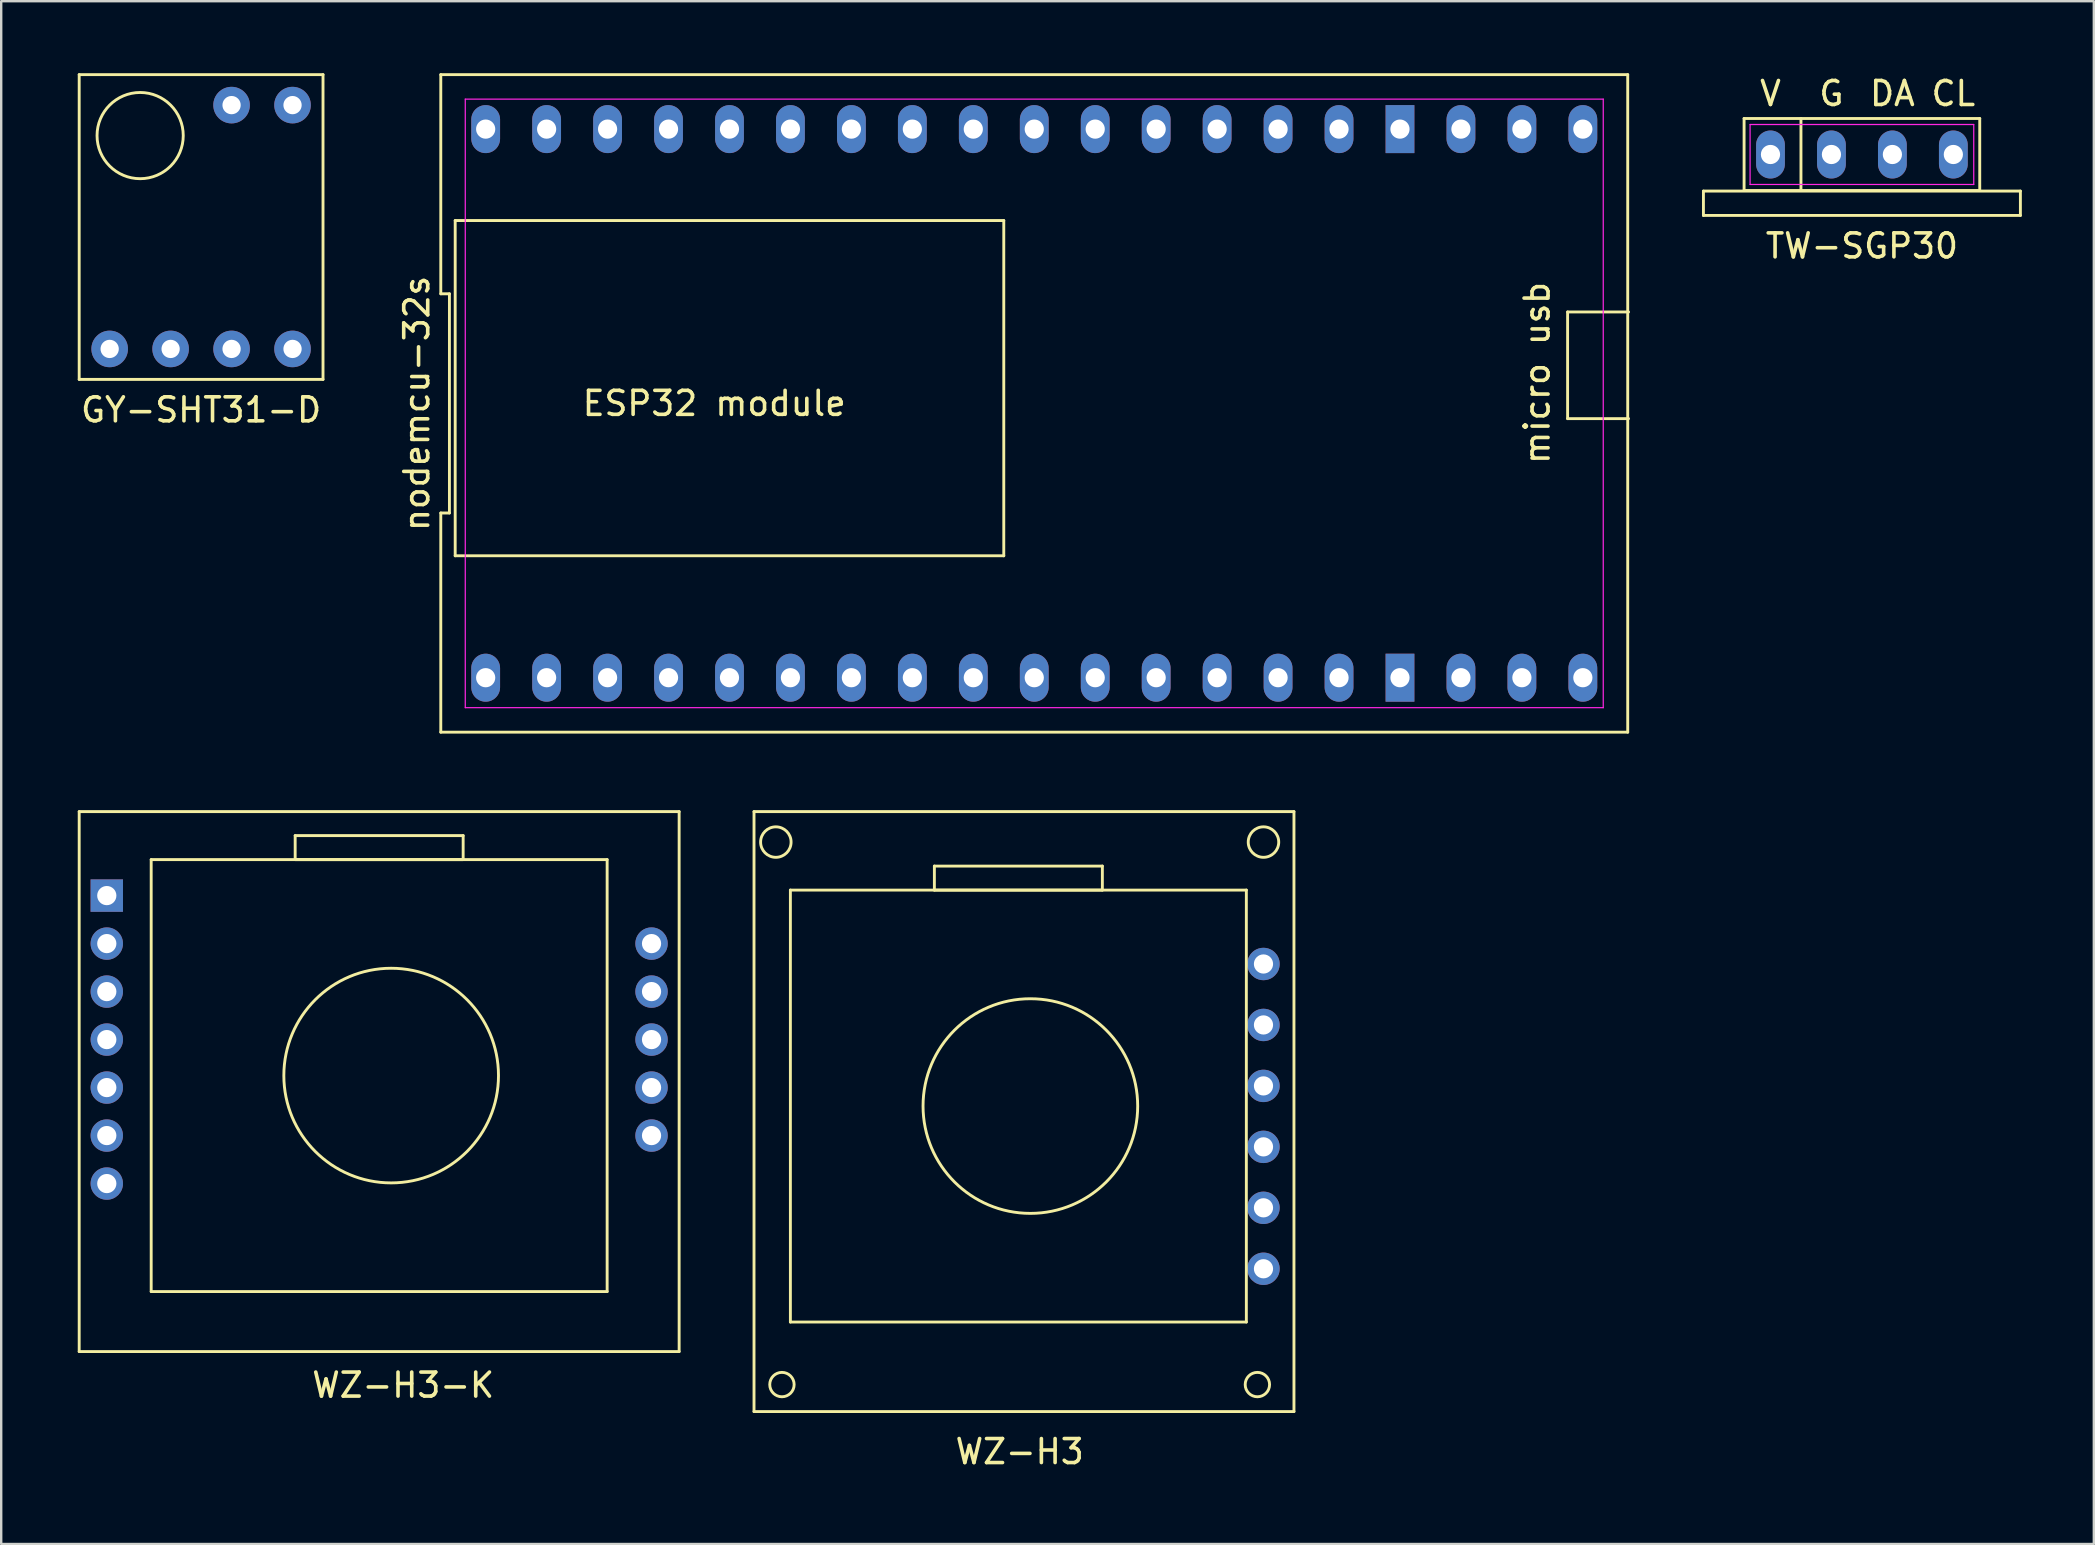
<source format=kicad_pcb>
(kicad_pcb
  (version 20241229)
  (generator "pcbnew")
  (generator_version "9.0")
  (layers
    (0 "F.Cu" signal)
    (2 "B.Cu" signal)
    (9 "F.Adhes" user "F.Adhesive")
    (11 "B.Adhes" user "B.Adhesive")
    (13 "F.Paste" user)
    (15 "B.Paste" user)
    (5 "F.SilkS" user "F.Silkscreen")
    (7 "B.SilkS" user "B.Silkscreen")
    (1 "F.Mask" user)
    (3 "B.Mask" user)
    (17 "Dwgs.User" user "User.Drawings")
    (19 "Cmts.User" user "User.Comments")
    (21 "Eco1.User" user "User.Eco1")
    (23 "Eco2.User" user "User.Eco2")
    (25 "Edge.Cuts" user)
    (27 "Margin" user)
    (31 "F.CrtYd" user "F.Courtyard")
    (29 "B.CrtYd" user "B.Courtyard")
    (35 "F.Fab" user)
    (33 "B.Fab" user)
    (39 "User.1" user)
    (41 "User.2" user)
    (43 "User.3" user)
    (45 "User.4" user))
  (footprint "nodemcu-32s"
    (layer "F.Cu")
    (at 40.048 13.76)
    (property "Reference" "nodemcu-32s" (at -25.73 0 90) (layer "F.SilkS") (effects (font (size 1 1) (thickness 0.15))))
    (attr through_hole)
    (fp_line (start -24.73 -13.7) (end -24.73 -4.567) (stroke (width 0.12) (type solid)) (layer "F.SilkS"))
    (fp_line (start -24.73 -4.567) (end -24.37 -4.567) (stroke (width 0.12) (type solid)) (layer "F.SilkS"))
    (fp_line (start -24.73 4.567) (end -24.73 13.7) (stroke (width 0.12) (type solid)) (layer "F.SilkS"))
    (fp_line (start -24.73 13.7) (end 24.73 13.7) (stroke (width 0.12) (type solid)) (layer "F.SilkS"))
    (fp_line (start -24.37 -4.567) (end -24.37 4.567) (stroke (width 0.12) (type solid)) (layer "F.SilkS"))
    (fp_line (start -24.37 4.567) (end -24.73 4.567) (stroke (width 0.12) (type solid)) (layer "F.SilkS"))
    (fp_line (start -24.13 -7.62) (end -1.27 -7.62) (stroke (width 0.12) (type solid)) (layer "F.SilkS"))
    (fp_line (start -24.13 6.35) (end -24.13 -7.62) (stroke (width 0.12) (type solid)) (layer "F.SilkS"))
    (fp_line (start -1.27 -7.62) (end -1.27 6.35) (stroke (width 0.12) (type solid)) (layer "F.SilkS"))
    (fp_line (start -1.27 6.35) (end -24.13 6.35) (stroke (width 0.12) (type solid)) (layer "F.SilkS"))
    (fp_line (start 22.225 -3.81) (end 22.225 0.635) (stroke (width 0.12) (type solid)) (layer "F.SilkS"))
    (fp_line (start 22.225 0.635) (end 24.765 0.635) (stroke (width 0.12) (type solid)) (layer "F.SilkS"))
    (fp_line (start 24.73 -13.7) (end -24.73 -13.7) (stroke (width 0.12) (type solid)) (layer "F.SilkS"))
    (fp_line (start 24.73 13.7) (end 24.73 -13.7) (stroke (width 0.12) (type solid)) (layer "F.SilkS"))
    (fp_line (start 24.765 -3.81) (end 22.225 -3.81) (stroke (width 0.12) (type solid)) (layer "F.SilkS"))
    (fp_line (start -23.71 -12.68) (end 23.71 -12.68) (stroke (width 0.05) (type solid)) (layer "F.CrtYd"))
    (fp_line (start -23.71 12.68) (end -23.71 -12.68) (stroke (width 0.05) (type solid)) (layer "F.CrtYd"))
    (fp_line (start 23.71 -12.68) (end 23.71 12.68) (stroke (width 0.05) (type solid)) (layer "F.CrtYd"))
    (fp_line (start 23.71 12.68) (end -23.71 12.68) (stroke (width 0.05) (type solid)) (layer "F.CrtYd"))
    (fp_text user "micro usb" (at 20.955 -1.27 90) (layer "F.SilkS") (effects (font (size 1 1) (thickness 0.15))))
    (fp_text user "ESP32 module" (at -13.335 0 0) (layer "F.SilkS") (effects (font (size 1 1) (thickness 0.15))))
    (pad "1" thru_hole oval (at -22.86 11.43) (size 1.2 2) (drill 0.8) (layers "*.Cu" "*.Mask"))
    (pad "2" thru_hole oval (at -20.32 11.43) (size 1.2 2) (drill 0.8) (layers "*.Cu" "*.Mask"))
    (pad "3" thru_hole oval (at -17.78 11.43) (size 1.2 2) (drill 0.8) (layers "*.Cu" "*.Mask"))
    (pad "4" thru_hole oval (at -15.24 11.43) (size 1.2 2) (drill 0.8) (layers "*.Cu" "*.Mask"))
    (pad "5" thru_hole oval (at -12.7 11.43) (size 1.2 2) (drill 0.8) (layers "*.Cu" "*.Mask"))
    (pad "6" thru_hole oval (at -10.16 11.43) (size 1.2 2) (drill 0.8) (layers "*.Cu" "*.Mask"))
    (pad "7" thru_hole oval (at -7.62 11.43) (size 1.2 2) (drill 0.8) (layers "*.Cu" "*.Mask"))
    (pad "8" thru_hole oval (at -5.08 11.43) (size 1.2 2) (drill 0.8) (layers "*.Cu" "*.Mask"))
    (pad "9" thru_hole oval (at -2.54 11.43) (size 1.2 2) (drill 0.8) (layers "*.Cu" "*.Mask"))
    (pad "10" thru_hole oval (at 0 11.43) (size 1.2 2) (drill 0.8) (layers "*.Cu" "*.Mask"))
    (pad "11" thru_hole oval (at 2.54 11.43) (size 1.2 2) (drill 0.8) (layers "*.Cu" "*.Mask"))
    (pad "12" thru_hole oval (at 5.08 11.43) (size 1.2 2) (drill 0.8) (layers "*.Cu" "*.Mask"))
    (pad "13" thru_hole oval (at 7.62 11.43) (size 1.2 2) (drill 0.8) (layers "*.Cu" "*.Mask"))
    (pad "14" thru_hole oval (at 10.16 11.43) (size 1.2 2) (drill 0.8) (layers "*.Cu" "*.Mask"))
    (pad "15" thru_hole oval (at 12.7 11.43) (size 1.2 2) (drill 0.8) (layers "*.Cu" "*.Mask"))
    (pad "16" thru_hole rect (at 15.24 11.43) (size 1.2 2) (drill 0.8) (layers "*.Cu" "*.Mask"))
    (pad "17" thru_hole oval (at 17.78 11.43) (size 1.2 2) (drill 0.8) (layers "*.Cu" "*.Mask"))
    (pad "18" thru_hole oval (at 20.32 11.43) (size 1.2 2) (drill 0.8) (layers "*.Cu" "*.Mask"))
    (pad "19" thru_hole oval (at 22.86 11.43) (size 1.2 2) (drill 0.8) (layers "*.Cu" "*.Mask"))
    (pad "20" thru_hole oval (at 22.86 -11.43) (size 1.2 2) (drill 0.8) (layers "*.Cu" "*.Mask"))
    (pad "21" thru_hole oval (at 20.32 -11.43) (size 1.2 2) (drill 0.8) (layers "*.Cu" "*.Mask"))
    (pad "22" thru_hole oval (at 17.78 -11.43) (size 1.2 2) (drill 0.8) (layers "*.Cu" "*.Mask"))
    (pad "23" thru_hole rect (at 15.24 -11.43) (size 1.2 2) (drill 0.8) (layers "*.Cu" "*.Mask"))
    (pad "24" thru_hole oval (at 12.7 -11.43) (size 1.2 2) (drill 0.8) (layers "*.Cu" "*.Mask"))
    (pad "25" thru_hole oval (at 10.16 -11.43) (size 1.2 2) (drill 0.8) (layers "*.Cu" "*.Mask"))
    (pad "26" thru_hole oval (at 7.62 -11.43) (size 1.2 2) (drill 0.8) (layers "*.Cu" "*.Mask"))
    (pad "27" thru_hole oval (at 5.08 -11.43) (size 1.2 2) (drill 0.8) (layers "*.Cu" "*.Mask"))
    (pad "28" thru_hole oval (at 2.54 -11.43) (size 1.2 2) (drill 0.8) (layers "*.Cu" "*.Mask"))
    (pad "29" thru_hole oval (at 0 -11.43) (size 1.2 2) (drill 0.8) (layers "*.Cu" "*.Mask"))
    (pad "30" thru_hole oval (at -2.54 -11.43) (size 1.2 2) (drill 0.8) (layers "*.Cu" "*.Mask"))
    (pad "31" thru_hole oval (at -5.08 -11.43) (size 1.2 2) (drill 0.8) (layers "*.Cu" "*.Mask"))
    (pad "32" thru_hole oval (at -7.62 -11.43) (size 1.2 2) (drill 0.8) (layers "*.Cu" "*.Mask"))
    (pad "33" thru_hole oval (at -10.16 -11.43) (size 1.2 2) (drill 0.8) (layers "*.Cu" "*.Mask"))
    (pad "34" thru_hole oval (at -12.7 -11.43) (size 1.2 2) (drill 0.8) (layers "*.Cu" "*.Mask"))
    (pad "35" thru_hole oval (at -15.24 -11.43) (size 1.2 2) (drill 0.8) (layers "*.Cu" "*.Mask"))
    (pad "36" thru_hole oval (at -17.78 -11.43) (size 1.2 2) (drill 0.8) (layers "*.Cu" "*.Mask"))
    (pad "37" thru_hole oval (at -20.32 -11.43) (size 1.2 2) (drill 0.8) (layers "*.Cu" "*.Mask"))
    (pad "38" thru_hole oval (at -22.86 -11.43) (size 1.2 2) (drill 0.8) (layers "*.Cu" "*.Mask")))
  (footprint "WZ-H3-K"
    (layer "F.Cu")
    (at 0.25 30.77)
    (property "Reference" "WZ-H3-K" (at 13.5 23.9 0) (layer "F.SilkS") (effects (font (size 1 1) (thickness 0.15))))
    (attr through_hole)
    (fp_line (start 0 0) (end 25 0) (stroke (width 0.12) (type solid)) (layer "F.SilkS"))
    (fp_line (start 0 22.5) (end 0 0) (stroke (width 0.12) (type solid)) (layer "F.SilkS"))
    (fp_line (start 3 2) (end 22 2) (stroke (width 0.12) (type solid)) (layer "F.SilkS"))
    (fp_line (start 3 20) (end 3 2) (stroke (width 0.12) (type solid)) (layer "F.SilkS"))
    (fp_line (start 9 1) (end 16 1) (stroke (width 0.12) (type solid)) (layer "F.SilkS"))
    (fp_line (start 9 2) (end 9 1) (stroke (width 0.12) (type solid)) (layer "F.SilkS"))
    (fp_line (start 16 1) (end 16 2) (stroke (width 0.12) (type solid)) (layer "F.SilkS"))
    (fp_line (start 16 2) (end 9 2) (stroke (width 0.12) (type solid)) (layer "F.SilkS"))
    (fp_line (start 22 2) (end 22 20) (stroke (width 0.12) (type solid)) (layer "F.SilkS"))
    (fp_line (start 22 20) (end 3 20) (stroke (width 0.12) (type solid)) (layer "F.SilkS"))
    (fp_line (start 25 0) (end 25 22.5) (stroke (width 0.12) (type solid)) (layer "F.SilkS"))
    (fp_line (start 25 22.5) (end 0 22.5) (stroke (width 0.12) (type solid)) (layer "F.SilkS"))
    (fp_circle (center 13 11) (end 17 9) (stroke (width 0.12) (type solid)) (fill no) (layer "F.SilkS"))
    (pad "" thru_hole circle (at 23.85 5.5 180) (size 1.35 1.35) (drill 0.8) (layers "*.Cu" "*.Mask"))
    (pad "" thru_hole circle (at 23.85 7.5 180) (size 1.35 1.35) (drill 0.8) (layers "*.Cu" "*.Mask"))
    (pad "" thru_hole circle (at 23.85 9.5 180) (size 1.35 1.35) (drill 0.8) (layers "*.Cu" "*.Mask"))
    (pad "" thru_hole circle (at 23.85 11.5 180) (size 1.35 1.35) (drill 0.8) (layers "*.Cu" "*.Mask"))
    (pad "" thru_hole circle (at 23.85 13.5 180) (size 1.35 1.35) (drill 0.8) (layers "*.Cu" "*.Mask"))
    (pad "1" thru_hole circle (at 1.15 15.5 180) (size 1.35 1.35) (drill 0.8) (layers "*.Cu" "*.Mask"))
    (pad "2" thru_hole circle (at 1.15 13.5 180) (size 1.35 1.35) (drill 0.8) (layers "*.Cu" "*.Mask"))
    (pad "3" thru_hole circle (at 1.15 11.5 180) (size 1.35 1.35) (drill 0.8) (layers "*.Cu" "*.Mask"))
    (pad "4" thru_hole circle (at 1.15 9.5 180) (size 1.35 1.35) (drill 0.8) (layers "*.Cu" "*.Mask"))
    (pad "5" thru_hole circle (at 1.15 7.5 180) (size 1.35 1.35) (drill 0.8) (layers "*.Cu" "*.Mask"))
    (pad "6" thru_hole circle (at 1.15 5.5 180) (size 1.35 1.35) (drill 0.8) (layers "*.Cu" "*.Mask"))
    (pad "7" thru_hole rect (at 1.15 3.5 180) (size 1.35 1.35) (drill 0.8) (layers "*.Cu" "*.Mask")))
  (footprint "WZ-H3"
    (layer "F.Cu")
    (at 50.87 30.77)
    (property "Reference" "WZ-H3" (at -11.43 26.67 0) (layer "F.SilkS") (effects (font (size 1 1) (thickness 0.15))))
    (attr through_hole)
    (fp_line (start -22.5 0) (end 0 0) (stroke (width 0.12) (type solid)) (layer "F.SilkS"))
    (fp_line (start -22.5 25) (end -22.5 0) (stroke (width 0.12) (type solid)) (layer "F.SilkS"))
    (fp_line (start -20.984 3.27) (end -1.984 3.27) (stroke (width 0.12) (type solid)) (layer "F.SilkS"))
    (fp_line (start -20.984 21.27) (end -20.984 3.27) (stroke (width 0.12) (type solid)) (layer "F.SilkS"))
    (fp_line (start -14.984 2.27) (end -7.984 2.27) (stroke (width 0.12) (type solid)) (layer "F.SilkS"))
    (fp_line (start -14.984 3.27) (end -14.984 2.27) (stroke (width 0.12) (type solid)) (layer "F.SilkS"))
    (fp_line (start -7.984 2.27) (end -7.984 3.27) (stroke (width 0.12) (type solid)) (layer "F.SilkS"))
    (fp_line (start -7.984 3.27) (end -14.984 3.27) (stroke (width 0.12) (type solid)) (layer "F.SilkS"))
    (fp_line (start -1.984 3.27) (end -1.984 21.27) (stroke (width 0.12) (type solid)) (layer "F.SilkS"))
    (fp_line (start -1.984 21.27) (end -20.984 21.27) (stroke (width 0.12) (type solid)) (layer "F.SilkS"))
    (fp_line (start 0 0) (end 0 25) (stroke (width 0.12) (type solid)) (layer "F.SilkS"))
    (fp_line (start 0 25) (end -22.5 25) (stroke (width 0.12) (type solid)) (layer "F.SilkS"))
    (fp_circle (center -21.59 1.27) (end -21.59 0.635) (stroke (width 0.12) (type solid)) (fill no) (layer "F.SilkS"))
    (fp_circle (center -21.336 23.876) (end -21.336 24.384) (stroke (width 0.12) (type solid)) (fill no) (layer "F.SilkS"))
    (fp_circle (center -10.984 12.27) (end -6.984 10.27) (stroke (width 0.12) (type solid)) (fill no) (layer "F.SilkS"))
    (fp_circle (center -1.524 23.876) (end -1.016 23.876) (stroke (width 0.12) (type solid)) (fill no) (layer "F.SilkS"))
    (fp_circle (center -1.27 1.27) (end -0.635 1.27) (stroke (width 0.12) (type solid)) (fill no) (layer "F.SilkS"))
    (pad "1" thru_hole circle (at -1.27 19.05 180) (size 1.35 1.35) (drill 0.8) (layers "*.Cu" "*.Mask"))
    (pad "2" thru_hole circle (at -1.27 16.51 180) (size 1.35 1.35) (drill 0.8) (layers "*.Cu" "*.Mask"))
    (pad "3" thru_hole circle (at -1.27 13.97 180) (size 1.35 1.35) (drill 0.8) (layers "*.Cu" "*.Mask"))
    (pad "4" thru_hole circle (at -1.27 11.43 180) (size 1.35 1.35) (drill 0.8) (layers "*.Cu" "*.Mask"))
    (pad "5" thru_hole circle (at -1.27 8.89 180) (size 1.35 1.35) (drill 0.8) (layers "*.Cu" "*.Mask"))
    (pad "6" thru_hole circle (at -1.27 6.35 180) (size 1.35 1.35) (drill 0.8) (layers "*.Cu" "*.Mask")))
  (footprint "GY-SHT31-D"
    (layer "F.Cu")
    (at 0.25 12.76)
    (property "Reference" "GY-SHT31-D" (at 5.08 1.27 0) (layer "F.SilkS") (effects (font (size 1 1) (thickness 0.15))))
    (attr through_hole)
    (fp_line (start 0 -12.7) (end 0 0) (stroke (width 0.12) (type solid)) (layer "F.SilkS"))
    (fp_line (start 0 0) (end 10.16 0) (stroke (width 0.12) (type solid)) (layer "F.SilkS"))
    (fp_line (start 10.16 -12.7) (end 0 -12.7) (stroke (width 0.12) (type solid)) (layer "F.SilkS"))
    (fp_line (start 10.16 0) (end 10.16 -12.7) (stroke (width 0.12) (type solid)) (layer "F.SilkS"))
    (fp_circle (center 2.54 -10.16) (end 3.81 -8.89) (stroke (width 0.12) (type solid)) (fill no) (layer "F.SilkS"))
    (pad "1" thru_hole circle (at 1.27 -1.27) (size 1.524 1.524) (drill 0.762) (layers "*.Cu" "*.Mask"))
    (pad "2" thru_hole circle (at 3.81 -1.27) (size 1.524 1.524) (drill 0.762) (layers "*.Cu" "*.Mask"))
    (pad "3" thru_hole circle (at 6.35 -1.27) (size 1.524 1.524) (drill 0.762) (layers "*.Cu" "*.Mask"))
    (pad "4" thru_hole circle (at 8.89 -1.27) (size 1.524 1.524) (drill 0.762) (layers "*.Cu" "*.Mask"))
    (pad "5" thru_hole circle (at 8.89 -11.43) (size 1.524 1.524) (drill 0.762) (layers "*.Cu" "*.Mask"))
    (pad "6" thru_hole circle (at 6.35 -11.43) (size 1.524 1.524) (drill 0.762) (layers "*.Cu" "*.Mask")))
  (footprint "TW-SGP30"
    (layer "F.Cu")
    (at 74.537 3.388)
    (property "Reference" "TW-SGP30" (at 0 3.81 0) (layer "F.SilkS") (effects (font (size 1 1) (thickness 0.15))))
    (attr through_hole)
    (fp_line (start -6.604 1.524) (end -6.604 2.54) (stroke (width 0.12) (type solid)) (layer "F.SilkS"))
    (fp_line (start -6.604 2.54) (end 6.604 2.54) (stroke (width 0.12) (type solid)) (layer "F.SilkS"))
    (fp_line (start -4.91 -1.5) (end 4.91 -1.5) (stroke (width 0.12) (type solid)) (layer "F.SilkS"))
    (fp_line (start -4.91 1.5) (end -4.91 -1.5) (stroke (width 0.12) (type solid)) (layer "F.SilkS"))
    (fp_line (start -2.54 -1.5) (end -2.54 1.5) (stroke (width 0.12) (type solid)) (layer "F.SilkS"))
    (fp_line (start 4.91 -1.5) (end 4.91 1.5) (stroke (width 0.12) (type solid)) (layer "F.SilkS"))
    (fp_line (start 4.91 1.5) (end -4.91 1.5) (stroke (width 0.12) (type solid)) (layer "F.SilkS"))
    (fp_line (start 6.604 1.524) (end -6.604 1.524) (stroke (width 0.12) (type solid)) (layer "F.SilkS"))
    (fp_line (start 6.604 2.54) (end 6.604 1.524) (stroke (width 0.12) (type solid)) (layer "F.SilkS"))
    (fp_line (start -4.66 -1.25) (end 4.66 -1.25) (stroke (width 0.05) (type solid)) (layer "F.CrtYd"))
    (fp_line (start -4.66 1.25) (end -4.66 -1.25) (stroke (width 0.05) (type solid)) (layer "F.CrtYd"))
    (fp_line (start 4.66 -1.25) (end 4.66 1.25) (stroke (width 0.05) (type solid)) (layer "F.CrtYd"))
    (fp_line (start 4.66 1.25) (end -4.66 1.25) (stroke (width 0.05) (type solid)) (layer "F.CrtYd"))
    (fp_text user "DA" (at 1.27 -2.54 0) (layer "F.SilkS") (effects (font (size 1 1) (thickness 0.15))))
    (fp_text user "V" (at -3.81 -2.54 0) (layer "F.SilkS") (effects (font (size 1 1) (thickness 0.15))))
    (fp_text user "CL" (at 3.81 -2.54 0) (layer "F.SilkS") (effects (font (size 1 1) (thickness 0.15))))
    (fp_text user "G" (at -1.27 -2.54 0) (layer "F.SilkS") (effects (font (size 1 1) (thickness 0.15))))
    (pad "1" thru_hole oval (at -3.81 0) (size 1.2 2) (drill 0.8) (layers "*.Cu" "*.Mask"))
    (pad "2" thru_hole oval (at -1.27 0) (size 1.2 2) (drill 0.8) (layers "*.Cu" "*.Mask"))
    (pad "3" thru_hole oval (at 1.27 0) (size 1.2 2) (drill 0.8) (layers "*.Cu" "*.Mask"))
    (pad "4" thru_hole oval (at 3.81 0) (size 1.2 2) (drill 0.8) (layers "*.Cu" "*.Mask")))
  (gr_rect
    (start -3 -3)
    (end 84.201 61.288)
    (stroke (width 0.1) (type default))
    (fill no)
    (layer "Edge.Cuts")))
</source>
